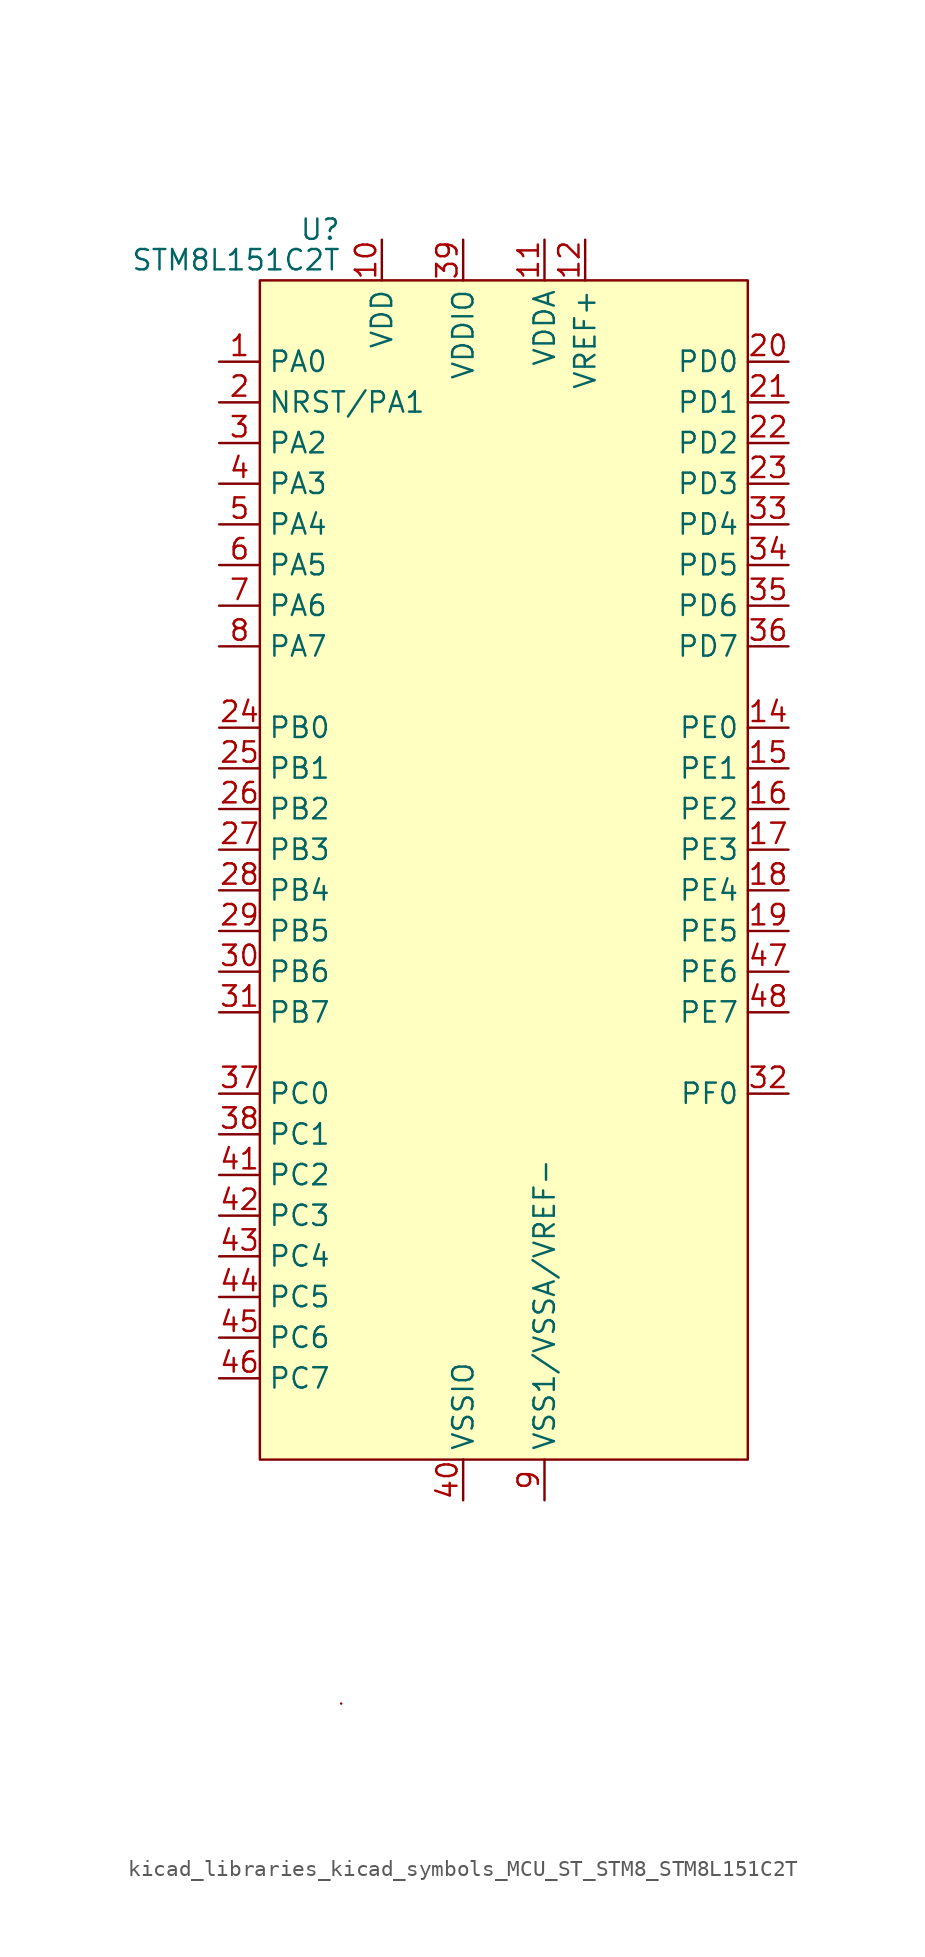
<source format=kicad_sym>
(kicad_symbol_lib
  (version 20220914)
  (generator kicad_symbol_editor)
  (symbol "kicad_libraries_kicad_symbols_MCU_ST_STM8_STM8L151C2T"
    (property "Reference" "U"
      (at -10.16 38.735 0)
      (effects (font (size 1.27 1.27)) (justify right)))
    (property "Value" "STM8L151C2T"
      (at -10.16 36.83 0)
      (effects (font (size 1.27 1.27)) (justify right)))
    (symbol "kicad_libraries_kicad_symbols_MCU_ST_STM8_STM8L151C2T_0_0"
      (pin bidirectional line (at -17.78 30.48 0) (length 2.54) (name "PA0" (effects (font (size 1.27 1.27)))) (number "1" (effects (font (size 1.27 1.27)))))
      (pin power_in line (at -7.62 38.1 270) (length 2.54) (name "VDD" (effects (font (size 1.27 1.27)))) (number "10" (effects (font (size 1.27 1.27)))))
      (pin power_in line (at 2.54 38.1 270) (length 2.54) (name "VDDA" (effects (font (size 1.27 1.27)))) (number "11" (effects (font (size 1.27 1.27)))))
      (pin power_in line (at 5.08 38.1 270) (length 2.54) (name "VREF+" (effects (font (size 1.27 1.27)))) (number "12" (effects (font (size 1.27 1.27)))))
      (pin no_connect line (at 15.24 -20.32 180) (length 2.54) hide (name "NC" (effects (font (size 1.27 1.27)))) (number "13" (effects (font (size 1.27 1.27)))))
      (pin bidirectional line (at 17.78 7.62 180) (length 2.54) (name "PE0" (effects (font (size 1.27 1.27)))) (number "14" (effects (font (size 1.27 1.27)))))
      (pin bidirectional line (at 17.78 5.08 180) (length 2.54) (name "PE1" (effects (font (size 1.27 1.27)))) (number "15" (effects (font (size 1.27 1.27)))))
      (pin bidirectional line (at 17.78 2.54 180) (length 2.54) (name "PE2" (effects (font (size 1.27 1.27)))) (number "16" (effects (font (size 1.27 1.27)))))
      (pin bidirectional line (at 17.78 0 180) (length 2.54) (name "PE3" (effects (font (size 1.27 1.27)))) (number "17" (effects (font (size 1.27 1.27)))))
      (pin bidirectional line (at 17.78 -2.54 180) (length 2.54) (name "PE4" (effects (font (size 1.27 1.27)))) (number "18" (effects (font (size 1.27 1.27)))))
      (pin bidirectional line (at 17.78 -5.08 180) (length 2.54) (name "PE5" (effects (font (size 1.27 1.27)))) (number "19" (effects (font (size 1.27 1.27)))))
      (pin bidirectional line (at -17.78 27.94 0) (length 2.54) (name "NRST/PA1" (effects (font (size 1.27 1.27)))) (number "2" (effects (font (size 1.27 1.27)))))
      (pin bidirectional line (at 17.78 30.48 180) (length 2.54) (name "PD0" (effects (font (size 1.27 1.27)))) (number "20" (effects (font (size 1.27 1.27)))))
      (pin bidirectional line (at 17.78 27.94 180) (length 2.54) (name "PD1" (effects (font (size 1.27 1.27)))) (number "21" (effects (font (size 1.27 1.27)))))
      (pin bidirectional line (at 17.78 25.4 180) (length 2.54) (name "PD2" (effects (font (size 1.27 1.27)))) (number "22" (effects (font (size 1.27 1.27)))))
      (pin bidirectional line (at 17.78 22.86 180) (length 2.54) (name "PD3" (effects (font (size 1.27 1.27)))) (number "23" (effects (font (size 1.27 1.27)))))
      (pin bidirectional line (at -17.78 7.62 0) (length 2.54) (name "PB0" (effects (font (size 1.27 1.27)))) (number "24" (effects (font (size 1.27 1.27)))))
      (pin bidirectional line (at -17.78 5.08 0) (length 2.54) (name "PB1" (effects (font (size 1.27 1.27)))) (number "25" (effects (font (size 1.27 1.27)))))
      (pin bidirectional line (at -17.78 2.54 0) (length 2.54) (name "PB2" (effects (font (size 1.27 1.27)))) (number "26" (effects (font (size 1.27 1.27)))))
      (pin bidirectional line (at -17.78 0 0) (length 2.54) (name "PB3" (effects (font (size 1.27 1.27)))) (number "27" (effects (font (size 1.27 1.27)))))
      (pin bidirectional line (at -17.78 -2.54 0) (length 2.54) (name "PB4" (effects (font (size 1.27 1.27)))) (number "28" (effects (font (size 1.27 1.27)))))
      (pin bidirectional line (at -17.78 -5.08 0) (length 2.54) (name "PB5" (effects (font (size 1.27 1.27)))) (number "29" (effects (font (size 1.27 1.27)))))
      (pin bidirectional line (at -17.78 25.4 0) (length 2.54) (name "PA2" (effects (font (size 1.27 1.27)))) (number "3" (effects (font (size 1.27 1.27)))))
      (pin bidirectional line (at -17.78 -7.62 0) (length 2.54) (name "PB6" (effects (font (size 1.27 1.27)))) (number "30" (effects (font (size 1.27 1.27)))))
      (pin bidirectional line (at -17.78 -10.16 0) (length 2.54) (name "PB7" (effects (font (size 1.27 1.27)))) (number "31" (effects (font (size 1.27 1.27)))))
      (pin bidirectional line (at 17.78 -15.24 180) (length 2.54) (name "PF0" (effects (font (size 1.27 1.27)))) (number "32" (effects (font (size 1.27 1.27)))))
      (pin bidirectional line (at 17.78 20.32 180) (length 2.54) (name "PD4" (effects (font (size 1.27 1.27)))) (number "33" (effects (font (size 1.27 1.27)))))
      (pin bidirectional line (at 17.78 17.78 180) (length 2.54) (name "PD5" (effects (font (size 1.27 1.27)))) (number "34" (effects (font (size 1.27 1.27)))))
      (pin bidirectional line (at 17.78 15.24 180) (length 2.54) (name "PD6" (effects (font (size 1.27 1.27)))) (number "35" (effects (font (size 1.27 1.27)))))
      (pin bidirectional line (at 17.78 12.7 180) (length 2.54) (name "PD7" (effects (font (size 1.27 1.27)))) (number "36" (effects (font (size 1.27 1.27)))))
      (pin bidirectional line (at -17.78 -15.24 0) (length 2.54) (name "PC0" (effects (font (size 1.27 1.27)))) (number "37" (effects (font (size 1.27 1.27)))))
      (pin bidirectional line (at -17.78 -17.78 0) (length 2.54) (name "PC1" (effects (font (size 1.27 1.27)))) (number "38" (effects (font (size 1.27 1.27)))))
      (pin power_in line (at -2.54 38.1 270) (length 2.54) (name "VDDIO" (effects (font (size 1.27 1.27)))) (number "39" (effects (font (size 1.27 1.27)))))
      (pin bidirectional line (at -17.78 22.86 0) (length 2.54) (name "PA3" (effects (font (size 1.27 1.27)))) (number "4" (effects (font (size 1.27 1.27)))))
      (pin power_in line (at -2.54 -40.64 90) (length 2.54) (name "VSSIO" (effects (font (size 1.27 1.27)))) (number "40" (effects (font (size 1.27 1.27)))))
      (pin bidirectional line (at -17.78 -20.32 0) (length 2.54) (name "PC2" (effects (font (size 1.27 1.27)))) (number "41" (effects (font (size 1.27 1.27)))))
      (pin bidirectional line (at -17.78 -22.86 0) (length 2.54) (name "PC3" (effects (font (size 1.27 1.27)))) (number "42" (effects (font (size 1.27 1.27)))))
      (pin bidirectional line (at -17.78 -25.4 0) (length 2.54) (name "PC4" (effects (font (size 1.27 1.27)))) (number "43" (effects (font (size 1.27 1.27)))))
      (pin bidirectional line (at -17.78 -27.94 0) (length 2.54) (name "PC5" (effects (font (size 1.27 1.27)))) (number "44" (effects (font (size 1.27 1.27)))))
      (pin bidirectional line (at -17.78 -30.48 0) (length 2.54) (name "PC6" (effects (font (size 1.27 1.27)))) (number "45" (effects (font (size 1.27 1.27)))))
      (pin bidirectional line (at -17.78 -33.02 0) (length 2.54) (name "PC7" (effects (font (size 1.27 1.27)))) (number "46" (effects (font (size 1.27 1.27)))))
      (pin bidirectional line (at 17.78 -7.62 180) (length 2.54) (name "PE6" (effects (font (size 1.27 1.27)))) (number "47" (effects (font (size 1.27 1.27)))))
      (pin bidirectional line (at 17.78 -10.16 180) (length 2.54) (name "PE7" (effects (font (size 1.27 1.27)))) (number "48" (effects (font (size 1.27 1.27)))))
      (pin bidirectional line (at -17.78 20.32 0) (length 2.54) (name "PA4" (effects (font (size 1.27 1.27)))) (number "5" (effects (font (size 1.27 1.27)))))
      (pin bidirectional line (at -17.78 17.78 0) (length 2.54) (name "PA5" (effects (font (size 1.27 1.27)))) (number "6" (effects (font (size 1.27 1.27)))))
      (pin bidirectional line (at -17.78 15.24 0) (length 2.54) (name "PA6" (effects (font (size 1.27 1.27)))) (number "7" (effects (font (size 1.27 1.27)))))
      (pin bidirectional line (at -17.78 12.7 0) (length 2.54) (name "PA7" (effects (font (size 1.27 1.27)))) (number "8" (effects (font (size 1.27 1.27)))))
      (pin power_in line (at 2.54 -40.64 90) (length 2.54) (name "VSS1/VSSA/VREF-" (effects (font (size 1.27 1.27)))) (number "9" (effects (font (size 1.27 1.27))))))
    (symbol "kicad_libraries_kicad_symbols_MCU_ST_STM8_STM8L151C2T_0_1"
      (rectangle (start -15.24 35.56) (end 15.24 -38.1) (stroke (width 0) (type default)) (fill (type background)))
      (rectangle (start -10.16 -53.34) (end -10.16 -53.34) (stroke (width 0.152) (type default)) (fill (type none))))))
</source>
